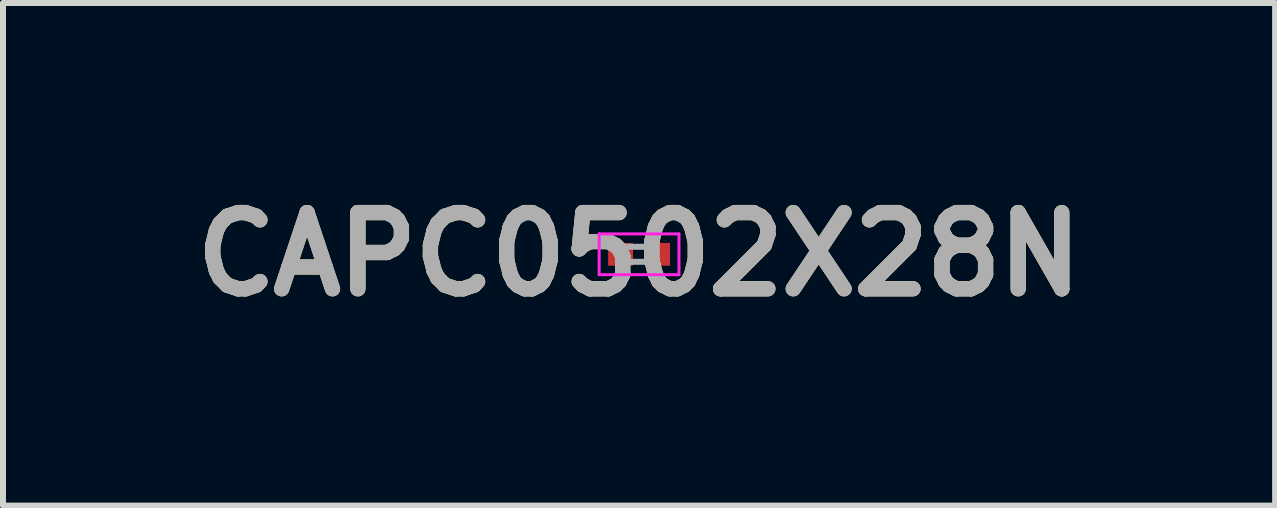
<source format=kicad_pcb>
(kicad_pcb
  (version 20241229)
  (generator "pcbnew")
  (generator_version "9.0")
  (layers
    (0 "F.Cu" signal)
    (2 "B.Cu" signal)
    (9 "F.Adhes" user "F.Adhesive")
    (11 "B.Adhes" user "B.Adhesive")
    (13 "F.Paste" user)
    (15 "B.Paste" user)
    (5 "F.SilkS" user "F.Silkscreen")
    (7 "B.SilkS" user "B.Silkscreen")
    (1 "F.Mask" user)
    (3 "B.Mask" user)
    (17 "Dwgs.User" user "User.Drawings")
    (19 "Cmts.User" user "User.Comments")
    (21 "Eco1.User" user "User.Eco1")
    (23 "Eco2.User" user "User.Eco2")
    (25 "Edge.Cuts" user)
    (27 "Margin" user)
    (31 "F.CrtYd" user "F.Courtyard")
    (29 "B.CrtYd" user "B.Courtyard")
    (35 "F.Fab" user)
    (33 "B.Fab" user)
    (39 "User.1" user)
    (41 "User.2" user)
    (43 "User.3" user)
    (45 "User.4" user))
  (footprint "CAPC0502X28N"
    (layer "F.Cu")
    (at 7.602 1.189)
    (property "Reference" "CAPC0502X28N" (at 0 0 0) (layer "F.SilkS") (effects (font (size 1.27 1.27) (thickness 0.254))))
    (attr smd)
    (fp_line (start -0.665 -0.34) (end 0.665 -0.34) (stroke (width 0.05) (type solid)) (layer "F.CrtYd"))
    (fp_line (start -0.665 0.34) (end -0.665 -0.34) (stroke (width 0.05) (type solid)) (layer "F.CrtYd"))
    (fp_line (start 0.665 -0.34) (end 0.665 0.34) (stroke (width 0.05) (type solid)) (layer "F.CrtYd"))
    (fp_line (start 0.665 0.34) (end -0.665 0.34) (stroke (width 0.05) (type solid)) (layer "F.CrtYd"))
    (fp_line (start -0.25 -0.125) (end 0.25 -0.125) (stroke (width 0.1) (type solid)) (layer "F.Fab"))
    (fp_line (start -0.25 0.125) (end -0.25 -0.125) (stroke (width 0.1) (type solid)) (layer "F.Fab"))
    (fp_line (start 0.25 -0.125) (end 0.25 0.125) (stroke (width 0.1) (type solid)) (layer "F.Fab"))
    (fp_line (start 0.25 0.125) (end -0.25 0.125) (stroke (width 0.1) (type solid)) (layer "F.Fab"))
    (fp_text user "${REFERENCE}" (at 0 0 0) (layer "F.Fab") (effects (font (size 1.27 1.27) (thickness 0.254))))
    (pad "1" smd rect (at -0.308 0 90) (size 0.38 0.415) (layers "F.Cu" "F.Mask" "F.Paste"))
    (pad "2" smd rect (at 0.308 0 90) (size 0.38 0.415) (layers "F.Cu" "F.Mask" "F.Paste")))
  (gr_rect
    (start -3 -3)
    (end 18.204 5.377)
    (stroke (width 0.1) (type default))
    (fill no)
    (layer "Edge.Cuts")))
</source>
